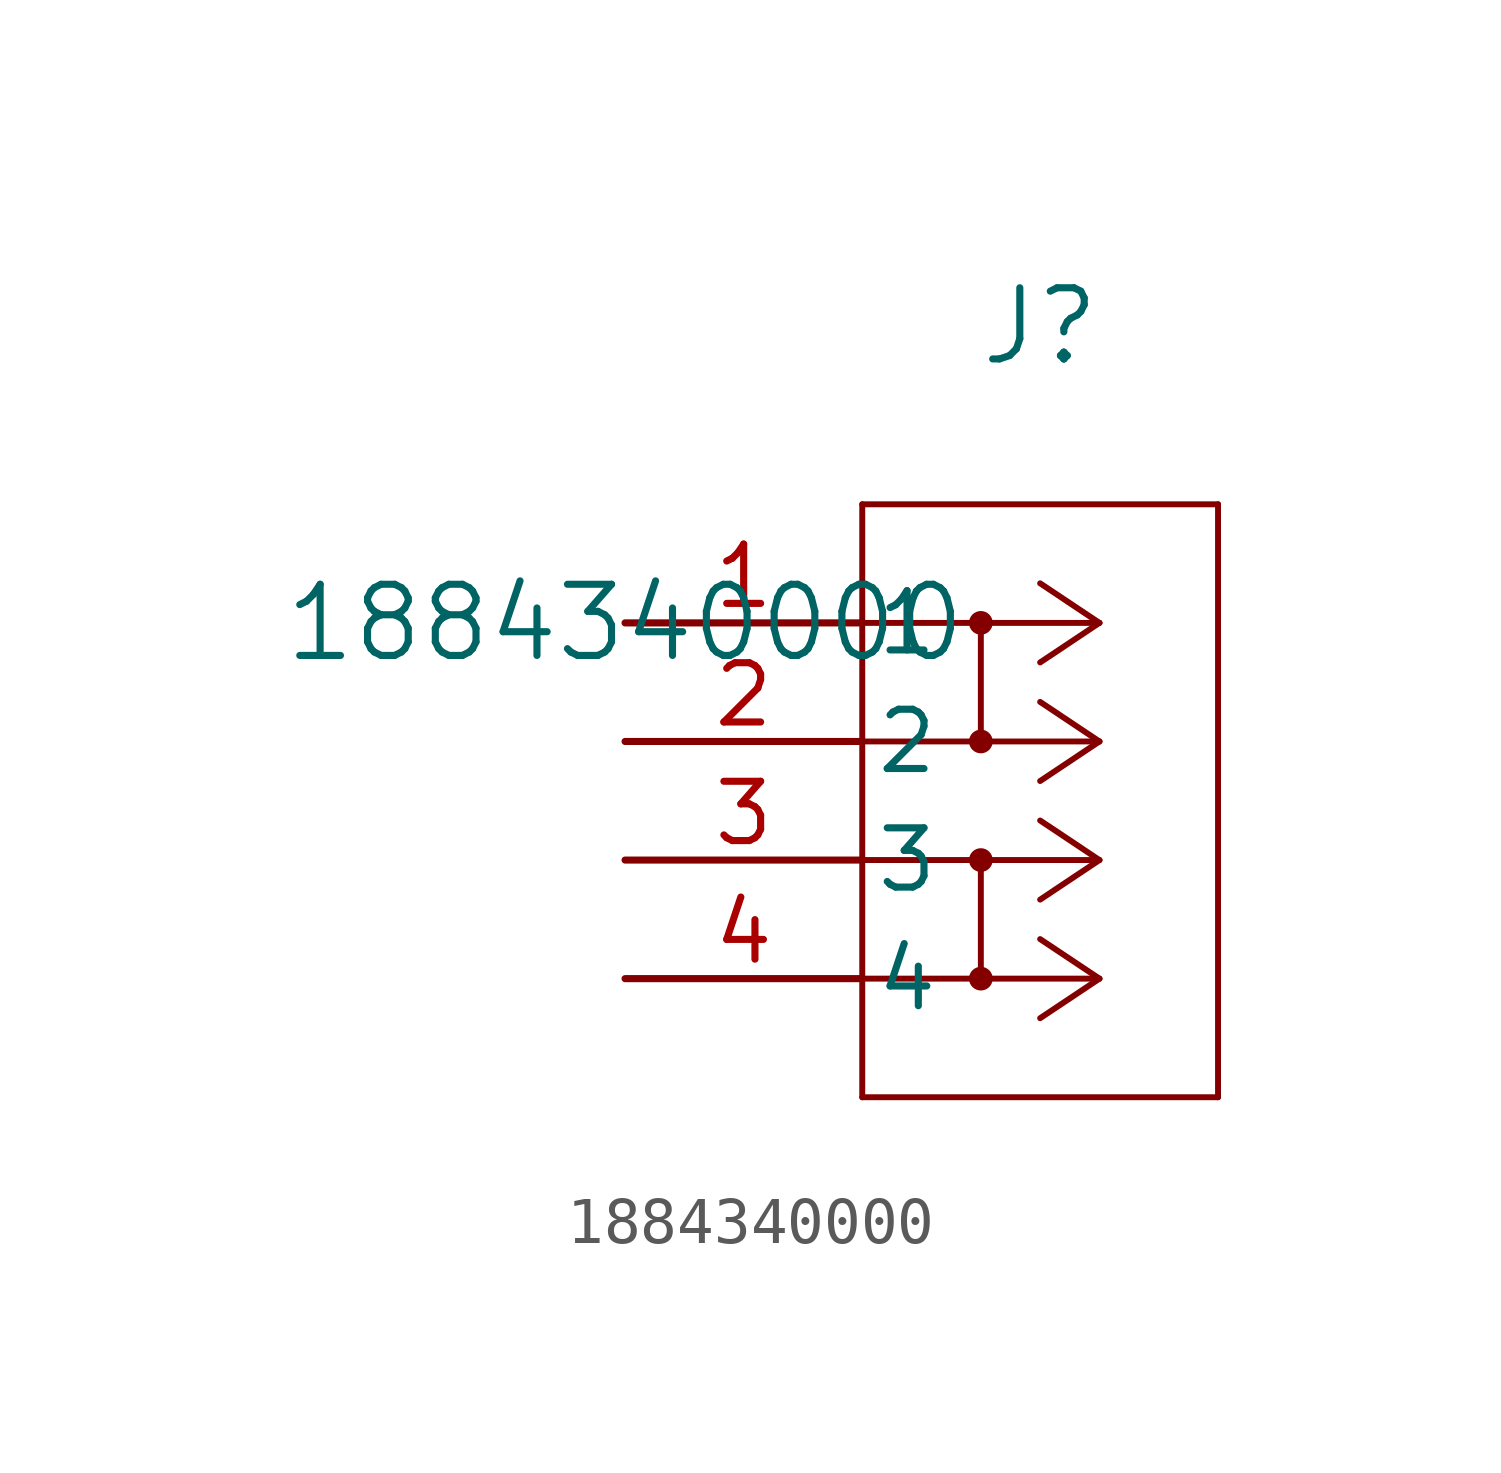
<source format=kicad_sym>
(kicad_symbol_lib
  (version 20241209)
  (generator "kicad_symbol_editor")
  (generator_version "9.0")
  (symbol "1884340000"
    (pin_names
      (offset 0.254))
    (property "Reference" "J"
      (at 8.89 6.35 0)
      (effects (font (size 1.524 1.524))))
    (property "Value" "1884340000"
      (at 0 0 0)
      (effects (font (size 1.524 1.524))))
    (symbol "1884340000_0_1"
      (polyline (pts (xy 5.08 2.54) (xy 5.08 -10.16)) (stroke (width 0.127) (type default)) (fill (type none)))
      (polyline (pts (xy 5.08 -10.16) (xy 12.7 -10.16)) (stroke (width 0.127) (type default)) (fill (type none)))
      (polyline (pts (xy 7.62 0) (xy 7.62 -2.54)) (stroke (width 0.127) (type default)) (fill (type none)))
      (circle (center 7.62 0) (radius 0.127) (stroke (width 0.254) (type default)) (fill (type none)))
      (circle (center 7.62 -2.54) (radius 0.127) (stroke (width 0.254) (type default)) (fill (type none)))
      (polyline (pts (xy 7.62 -5.08) (xy 7.62 -7.62)) (stroke (width 0.127) (type default)) (fill (type none)))
      (circle (center 7.62 -5.08) (radius 0.127) (stroke (width 0.254) (type default)) (fill (type none)))
      (circle (center 7.62 -7.62) (radius 0.127) (stroke (width 0.254) (type default)) (fill (type none)))
      (polyline (pts (xy 10.16 0) (xy 5.08 0)) (stroke (width 0.127) (type default)) (fill (type none)))
      (polyline (pts (xy 10.16 0) (xy 8.89 0.847)) (stroke (width 0.127) (type default)) (fill (type none)))
      (polyline (pts (xy 10.16 0) (xy 8.89 -0.847)) (stroke (width 0.127) (type default)) (fill (type none)))
      (polyline (pts (xy 10.16 -2.54) (xy 5.08 -2.54)) (stroke (width 0.127) (type default)) (fill (type none)))
      (polyline (pts (xy 10.16 -2.54) (xy 8.89 -1.693)) (stroke (width 0.127) (type default)) (fill (type none)))
      (polyline (pts (xy 10.16 -2.54) (xy 8.89 -3.387)) (stroke (width 0.127) (type default)) (fill (type none)))
      (polyline (pts (xy 10.16 -5.08) (xy 5.08 -5.08)) (stroke (width 0.127) (type default)) (fill (type none)))
      (polyline (pts (xy 10.16 -5.08) (xy 8.89 -4.233)) (stroke (width 0.127) (type default)) (fill (type none)))
      (polyline (pts (xy 10.16 -5.08) (xy 8.89 -5.927)) (stroke (width 0.127) (type default)) (fill (type none)))
      (polyline (pts (xy 10.16 -7.62) (xy 5.08 -7.62)) (stroke (width 0.127) (type default)) (fill (type none)))
      (polyline (pts (xy 10.16 -7.62) (xy 8.89 -6.773)) (stroke (width 0.127) (type default)) (fill (type none)))
      (polyline (pts (xy 10.16 -7.62) (xy 8.89 -8.467)) (stroke (width 0.127) (type default)) (fill (type none)))
      (polyline (pts (xy 12.7 2.54) (xy 5.08 2.54)) (stroke (width 0.127) (type default)) (fill (type none)))
      (polyline (pts (xy 12.7 -10.16) (xy 12.7 2.54)) (stroke (width 0.127) (type default)) (fill (type none))))
    (symbol "1884340000_1_1"
      (pin passive line (at 0 0 0) (length 5.08) (name "1" (effects (font (size 1.27 1.27)))) (number "1" (effects (font (size 1.27 1.27)))))
      (pin passive line (at 0 -2.54 0) (length 5.08) (name "2" (effects (font (size 1.27 1.27)))) (number "2" (effects (font (size 1.27 1.27)))))
      (pin passive line (at 0 -5.08 0) (length 5.08) (name "3" (effects (font (size 1.27 1.27)))) (number "3" (effects (font (size 1.27 1.27)))))
      (pin passive line (at 0 -7.62 0) (length 5.08) (name "4" (effects (font (size 1.27 1.27)))) (number "4" (effects (font (size 1.27 1.27))))))))
</source>
